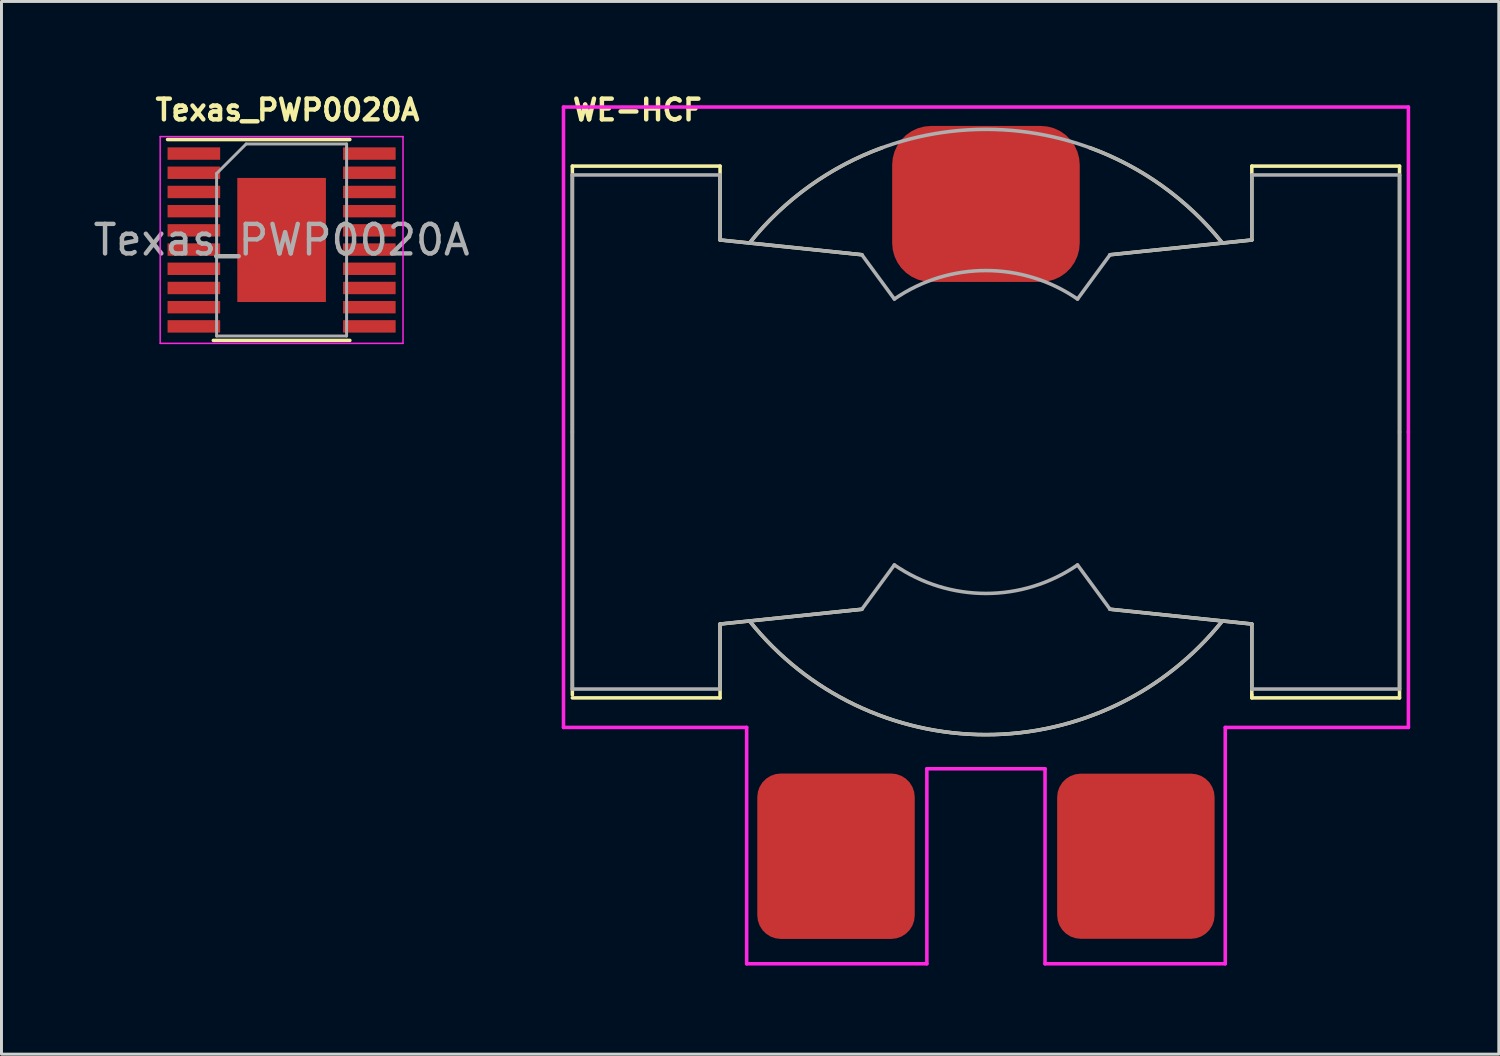
<source format=kicad_pcb>
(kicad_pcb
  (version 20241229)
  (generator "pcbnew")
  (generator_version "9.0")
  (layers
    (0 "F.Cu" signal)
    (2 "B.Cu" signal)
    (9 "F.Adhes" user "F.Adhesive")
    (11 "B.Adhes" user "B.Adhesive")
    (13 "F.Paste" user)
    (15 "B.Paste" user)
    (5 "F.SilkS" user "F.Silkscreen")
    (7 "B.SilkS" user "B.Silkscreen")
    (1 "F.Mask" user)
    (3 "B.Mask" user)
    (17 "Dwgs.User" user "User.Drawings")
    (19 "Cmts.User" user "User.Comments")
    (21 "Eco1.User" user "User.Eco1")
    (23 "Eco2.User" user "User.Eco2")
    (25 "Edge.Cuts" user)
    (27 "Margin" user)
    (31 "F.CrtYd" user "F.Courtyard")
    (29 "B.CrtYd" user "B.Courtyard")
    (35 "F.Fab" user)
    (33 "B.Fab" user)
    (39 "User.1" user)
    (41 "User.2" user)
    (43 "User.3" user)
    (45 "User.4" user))
  (footprint "WE-HCF"
    (layer "F.Cu")
    (at 30.324 11.573)
    (property "Reference" "WE-HCF" (at -11.8 -10.9 0) (layer "F.SilkS") (effects (font (size 0.7 0.7) (thickness 0.15))))
    (attr smd)
    (fp_line (start -14 -9) (end -9 -9) (stroke (width 0.12) (type solid)) (layer "F.SilkS"))
    (fp_line (start -14 8.9) (end -14 -9) (stroke (width 0.12) (type solid)) (layer "F.SilkS"))
    (fp_line (start -14 9) (end -9 9) (stroke (width 0.12) (type solid)) (layer "F.SilkS"))
    (fp_line (start -9 -9) (end -9 -6.5) (stroke (width 0.12) (type solid)) (layer "F.SilkS"))
    (fp_line (start -9 -6.5) (end -4.2 -6) (stroke (width 0.12) (type solid)) (layer "F.SilkS"))
    (fp_line (start -9 6.5) (end -4.2 6) (stroke (width 0.12) (type solid)) (layer "F.SilkS"))
    (fp_line (start -9 9) (end -9 6.5) (stroke (width 0.12) (type solid)) (layer "F.SilkS"))
    (fp_line (start 4.2 6) (end 9 6.5) (stroke (width 0.12) (type solid)) (layer "F.SilkS"))
    (fp_line (start 9 -9) (end 9 -6.5) (stroke (width 0.12) (type solid)) (layer "F.SilkS"))
    (fp_line (start 9 -6.5) (end 4.2 -6) (stroke (width 0.12) (type solid)) (layer "F.SilkS"))
    (fp_line (start 9 6.5) (end 9 8.9) (stroke (width 0.12) (type solid)) (layer "F.SilkS"))
    (fp_line (start 9 8.9) (end 9 9) (stroke (width 0.12) (type solid)) (layer "F.SilkS"))
    (fp_line (start 9 9) (end 14 9) (stroke (width 0.12) (type solid)) (layer "F.SilkS"))
    (fp_line (start 14 -9) (end 9 -9) (stroke (width 0.12) (type solid)) (layer "F.SilkS"))
    (fp_line (start 14 9) (end 14 -9) (stroke (width 0.12) (type solid)) (layer "F.SilkS"))
    (fp_arc (start -7.999999 -6.399999) (mid -5.976287 -8.321296) (end -3.509206 -9.62525) (stroke (width 0.12) (type solid)) (layer "F.SilkS"))
    (fp_arc (start 3.509206 -9.62525) (mid 5.976287 -8.321295) (end 7.999999 -6.399999) (stroke (width 0.12) (type solid)) (layer "F.SilkS"))
    (fp_arc (start 7.999999 6.399999) (mid 0 10.244997) (end -7.999999 6.399999) (stroke (width 0.12) (type solid)) (layer "F.SilkS"))
    (fp_line (start -14.3 -11) (end 14.3 -11) (stroke (width 0.12) (type solid)) (layer "F.CrtYd"))
    (fp_line (start -14.3 10) (end -14.3 -11) (stroke (width 0.12) (type solid)) (layer "F.CrtYd"))
    (fp_line (start -8.1 10) (end -14.3 10) (stroke (width 0.12) (type solid)) (layer "F.CrtYd"))
    (fp_line (start -8.1 18) (end -8.1 10) (stroke (width 0.12) (type solid)) (layer "F.CrtYd"))
    (fp_line (start -2 11.4) (end -2 18) (stroke (width 0.12) (type solid)) (layer "F.CrtYd"))
    (fp_line (start -2 18) (end -8.1 18) (stroke (width 0.12) (type solid)) (layer "F.CrtYd"))
    (fp_line (start 2 11.4) (end -2 11.4) (stroke (width 0.12) (type solid)) (layer "F.CrtYd"))
    (fp_line (start 2 18) (end 2 11.4) (stroke (width 0.12) (type solid)) (layer "F.CrtYd"))
    (fp_line (start 8.1 10) (end 8.1 18) (stroke (width 0.12) (type solid)) (layer "F.CrtYd"))
    (fp_line (start 8.1 18) (end 2 18) (stroke (width 0.12) (type solid)) (layer "F.CrtYd"))
    (fp_line (start 14.3 -11) (end 14.3 0) (stroke (width 0.12) (type solid)) (layer "F.CrtYd"))
    (fp_line (start 14.3 0) (end 14.3 10) (stroke (width 0.12) (type solid)) (layer "F.CrtYd"))
    (fp_line (start 14.3 10) (end 8.1 10) (stroke (width 0.12) (type solid)) (layer "F.CrtYd"))
    (fp_line (start -14 -8.7) (end -9 -8.7) (stroke (width 0.12) (type solid)) (layer "F.Fab"))
    (fp_line (start -14 0) (end -14 -8.7) (stroke (width 0.12) (type solid)) (layer "F.Fab"))
    (fp_line (start -14 0) (end -14 8.7) (stroke (width 0.12) (type solid)) (layer "F.Fab"))
    (fp_line (start -14 8.7) (end -9 8.7) (stroke (width 0.12) (type solid)) (layer "F.Fab"))
    (fp_line (start -9 -6.5) (end -9 -8.7) (stroke (width 0.12) (type solid)) (layer "F.Fab"))
    (fp_line (start -9 -6.5) (end -4.2 -6) (stroke (width 0.12) (type solid)) (layer "F.Fab"))
    (fp_line (start -9 6.5) (end -9 8.7) (stroke (width 0.12) (type solid)) (layer "F.Fab"))
    (fp_line (start -9 6.5) (end -4.2 6) (stroke (width 0.12) (type solid)) (layer "F.Fab"))
    (fp_line (start -4.2 -6) (end -3.1 -4.5) (stroke (width 0.12) (type solid)) (layer "F.Fab"))
    (fp_line (start -4.2 6) (end -3.1 4.5) (stroke (width 0.12) (type solid)) (layer "F.Fab"))
    (fp_line (start 4.2 -6) (end 3.1 -4.5) (stroke (width 0.12) (type solid)) (layer "F.Fab"))
    (fp_line (start 4.2 6) (end 3.1 4.5) (stroke (width 0.12) (type solid)) (layer "F.Fab"))
    (fp_line (start 9 -6.5) (end 4.2 -6) (stroke (width 0.12) (type solid)) (layer "F.Fab"))
    (fp_line (start 9 -6.5) (end 9 -8.7) (stroke (width 0.12) (type solid)) (layer "F.Fab"))
    (fp_line (start 9 6.5) (end 4.2 6) (stroke (width 0.12) (type solid)) (layer "F.Fab"))
    (fp_line (start 9 6.5) (end 9 8.7) (stroke (width 0.12) (type solid)) (layer "F.Fab"))
    (fp_line (start 14 -8.7) (end 9 -8.7) (stroke (width 0.12) (type solid)) (layer "F.Fab"))
    (fp_line (start 14 0) (end 14 -8.7) (stroke (width 0.12) (type solid)) (layer "F.Fab"))
    (fp_line (start 14 0) (end 14 8.7) (stroke (width 0.12) (type solid)) (layer "F.Fab"))
    (fp_line (start 14 8.7) (end 9 8.7) (stroke (width 0.12) (type solid)) (layer "F.Fab"))
    (fp_arc (start -7.999999 -6.399999) (mid 0 -10.244997) (end 7.999999 -6.399999) (stroke (width 0.12) (type solid)) (layer "F.Fab"))
    (fp_arc (start -3.098032 -4.501354) (mid 0.001194 -5.464429) (end 3.099999 -4.499999) (stroke (width 0.12) (type solid)) (layer "F.Fab"))
    (fp_arc (start 3.098032 4.501354) (mid -0.001194 5.464429) (end -3.099999 4.499999) (stroke (width 0.12) (type solid)) (layer "F.Fab"))
    (fp_arc (start 7.999999 6.399999) (mid 0 10.244997) (end -7.999999 6.399999) (stroke (width 0.12) (type solid)) (layer "F.Fab"))
    (pad "1" smd roundrect (at -5.075 14.36) (size 5.33 5.6) (layers "F.Cu" "F.Mask" "F.Paste") (roundrect_rratio 0.15))
    (pad "2" smd roundrect (at 5.075 14.36) (size 5.33 5.59) (layers "F.Cu" "F.Mask" "F.Paste") (roundrect_rratio 0.15))
    (pad "3" smd roundrect (at 0 -7.72) (size 6.35 5.28) (layers "F.Cu" "F.Mask" "F.Paste") (roundrect_rratio 0.25)))
  (footprint "Texas_PWP0020A"
    (layer "F.Cu")
    (at 6.482 5.073)
    (property "Reference" "Texas_PWP0020A" (at 0.2 -4.4 0) (layer "F.SilkS") (effects (font (size 0.7 0.7) (thickness 0.15))))
    (attr smd)
    (fp_line (start 2.31 -3.4) (end -3.86 -3.4) (stroke (width 0.12) (type solid)) (layer "F.SilkS"))
    (fp_line (start 2.31 3.4) (end -2.31 3.4) (stroke (width 0.12) (type solid)) (layer "F.SilkS"))
    (fp_line (start -4.11 -3.5) (end -4.11 3.5) (stroke (width 0.05) (type solid)) (layer "F.CrtYd"))
    (fp_line (start -4.11 3.5) (end 4.11 3.5) (stroke (width 0.05) (type solid)) (layer "F.CrtYd"))
    (fp_line (start 4.11 -3.5) (end -4.11 -3.5) (stroke (width 0.05) (type solid)) (layer "F.CrtYd"))
    (fp_line (start 4.11 3.5) (end 4.11 -3.5) (stroke (width 0.05) (type solid)) (layer "F.CrtYd"))
    (fp_line (start -2.2 -2.25) (end -2.2 3.25) (stroke (width 0.1) (type solid)) (layer "F.Fab"))
    (fp_line (start -2.2 3.25) (end 2.2 3.25) (stroke (width 0.1) (type solid)) (layer "F.Fab"))
    (fp_line (start -1.2 -3.25) (end -2.2 -2.25) (stroke (width 0.1) (type solid)) (layer "F.Fab"))
    (fp_line (start 2.2 -3.25) (end -1.2 -3.25) (stroke (width 0.1) (type solid)) (layer "F.Fab"))
    (fp_line (start 2.2 3.25) (end 2.2 -3.25) (stroke (width 0.1) (type solid)) (layer "F.Fab"))
    (fp_text user "${REFERENCE}" (at 0 0 0) (layer "F.Fab") (effects (font (size 1 1) (thickness 0.15))))
    (pad "" smd rect (at -0.713 -1.012) (size 1.275 1.875) (layers "F.Paste"))
    (pad "" smd rect (at -0.713 1.012) (size 1.275 1.875) (layers "F.Paste"))
    (pad "" smd rect (at 0.713 -1.012) (size 1.275 1.875) (layers "F.Paste"))
    (pad "" smd rect (at 0.713 1.012) (size 1.275 1.875) (layers "F.Paste"))
    (pad "1" smd rect (at -2.97 -2.925) (size 1.78 0.42) (layers "F.Cu" "F.Mask" "F.Paste"))
    (pad "2" smd rect (at -2.97 -2.275) (size 1.78 0.42) (layers "F.Cu" "F.Mask" "F.Paste"))
    (pad "3" smd rect (at -2.97 -1.625) (size 1.78 0.42) (layers "F.Cu" "F.Mask" "F.Paste"))
    (pad "4" smd rect (at -2.97 -0.975) (size 1.78 0.42) (layers "F.Cu" "F.Mask" "F.Paste"))
    (pad "5" smd rect (at -2.97 -0.325) (size 1.78 0.42) (layers "F.Cu" "F.Mask" "F.Paste"))
    (pad "6" smd rect (at -2.97 0.325) (size 1.78 0.42) (layers "F.Cu" "F.Mask" "F.Paste"))
    (pad "7" smd rect (at -2.97 0.975) (size 1.78 0.42) (layers "F.Cu" "F.Mask" "F.Paste"))
    (pad "8" smd rect (at -2.97 1.625) (size 1.78 0.42) (layers "F.Cu" "F.Mask" "F.Paste"))
    (pad "9" smd rect (at -2.97 2.275) (size 1.78 0.42) (layers "F.Cu" "F.Mask" "F.Paste"))
    (pad "10" smd rect (at -2.97 2.925) (size 1.78 0.42) (layers "F.Cu" "F.Mask" "F.Paste"))
    (pad "11" smd rect (at 2.97 2.925) (size 1.78 0.42) (layers "F.Cu" "F.Mask" "F.Paste"))
    (pad "12" smd rect (at 2.97 2.275) (size 1.78 0.42) (layers "F.Cu" "F.Mask" "F.Paste"))
    (pad "13" smd rect (at 2.97 1.625) (size 1.78 0.42) (layers "F.Cu" "F.Mask" "F.Paste"))
    (pad "14" smd rect (at 2.97 0.975) (size 1.78 0.42) (layers "F.Cu" "F.Mask" "F.Paste"))
    (pad "15" smd rect (at 2.97 0.325) (size 1.78 0.42) (layers "F.Cu" "F.Mask" "F.Paste"))
    (pad "16" smd rect (at 2.97 -0.325) (size 1.78 0.42) (layers "F.Cu" "F.Mask" "F.Paste"))
    (pad "17" smd rect (at 2.97 -0.975) (size 1.78 0.42) (layers "F.Cu" "F.Mask" "F.Paste"))
    (pad "18" smd rect (at 2.97 -1.625) (size 1.78 0.42) (layers "F.Cu" "F.Mask" "F.Paste"))
    (pad "19" smd rect (at 2.97 -2.275) (size 1.78 0.42) (layers "F.Cu" "F.Mask" "F.Paste"))
    (pad "20" smd rect (at 2.97 -2.925) (size 1.78 0.42) (layers "F.Cu" "F.Mask" "F.Paste"))
    (pad "21" smd rect (at 0 0) (size 3 4.2) (layers "F.Cu" "F.Mask")))
  (gr_rect
    (start -3 -3)
    (end 47.684 32.633)
    (stroke (width 0.1) (type default))
    (fill no)
    (layer "Edge.Cuts")))
</source>
